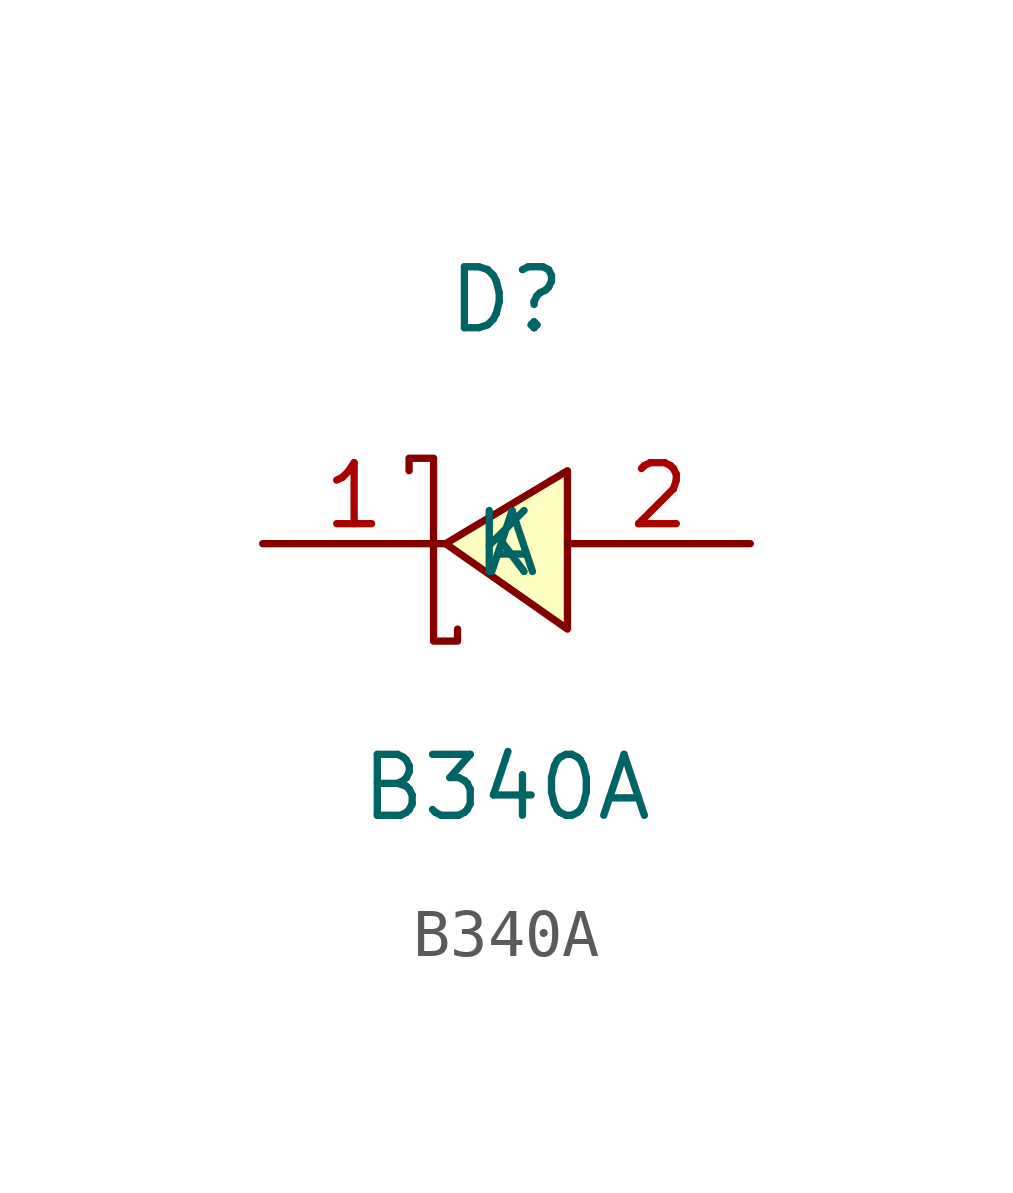
<source format=kicad_sym>
(kicad_symbol_lib
  (version 20211014)
  (generator https://github.com/uPesy/easyeda2kicad.py)
  (symbol "B340A"
    (property "Reference" "D"
      (at 0 5.08 0)
      (effects (font (size 1.27 1.27))))
    (property "Value" "B340A"
      (at 0 -5.08 0)
      (effects (font (size 1.27 1.27))))
    (symbol "B340A_0_1"
      (polyline (pts (xy 1.27 1.52) (xy -1.27 -0.00) (xy 1.27 -1.78) (xy 1.27 1.52)) (stroke (width 0) (type default) (color 0 0 0 0)) (fill (type background)))
      (polyline (pts (xy -2.03 1.52) (xy -2.03 1.78) (xy -1.52 1.78) (xy -1.52 -2.03) (xy -1.02 -2.03) (xy -1.02 -1.78)) (stroke (width 0) (type default) (color 0 0 0 0)) (fill (type none)))
      (pin unspecified line (at 5.08 -0.00 180) (length 3.81) (name "A" (effects (font (size 1.27 1.27)))) (number "2" (effects (font (size 1.27 1.27)))))
      (pin unspecified line (at -5.08 -0.00 0) (length 3.81) (name "K" (effects (font (size 1.27 1.27)))) (number "1" (effects (font (size 1.27 1.27))))))))
</source>
